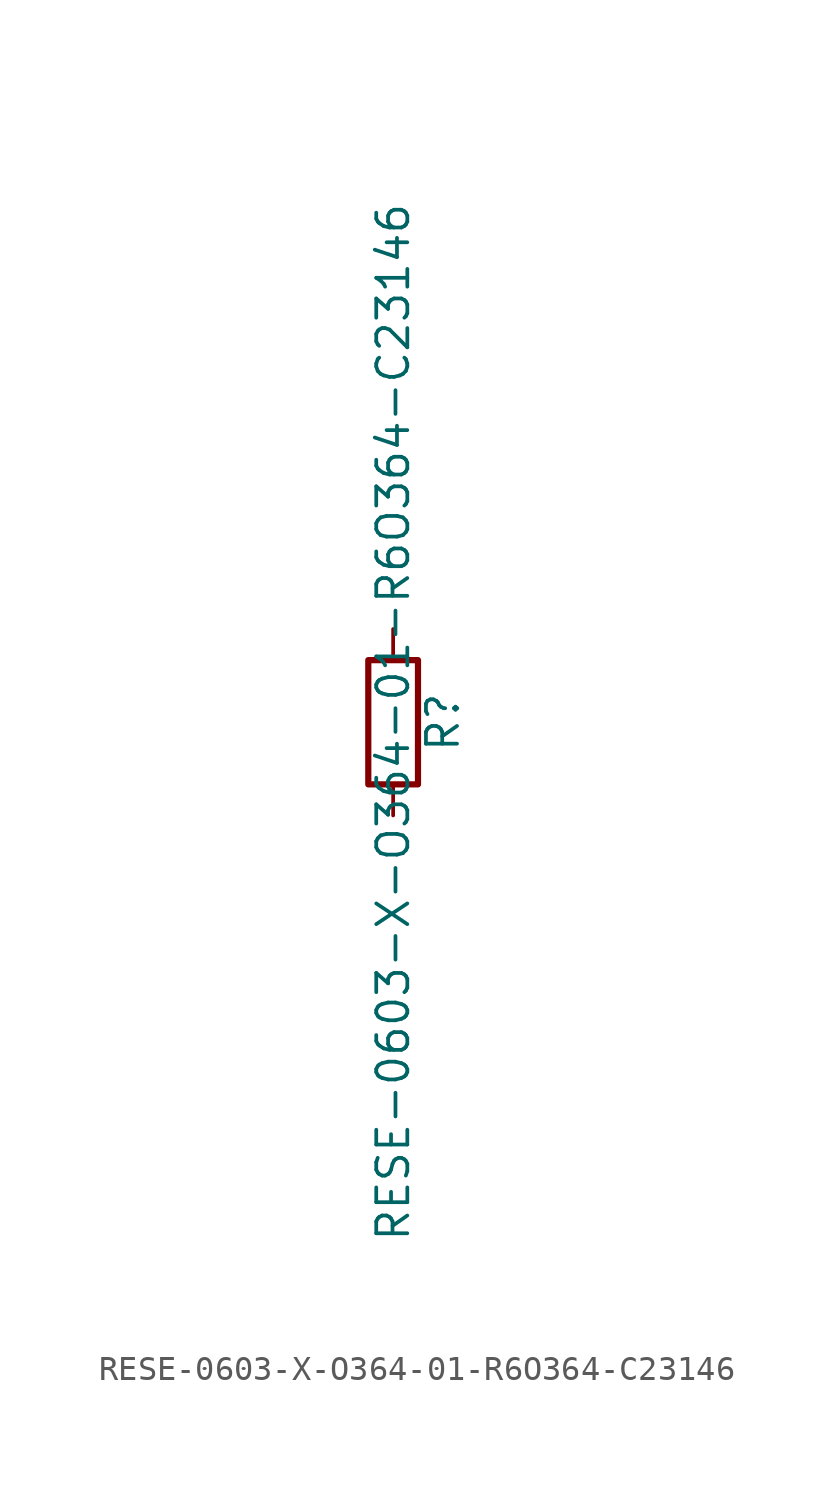
<source format=kicad_sym>
(kicad_symbol_lib
  (version 20211014)
  (generator kicad_symbol_editor)
  (symbol "RESE-0603-X-O364-01-R6O364-C23146"
    (pin_numbers hide)
    (pin_names
      (offset 0))
    (property "Reference" "R"
      (at 2.032 0 90)
      (effects (font (size 1.27 1.27))))
    (property "Value" "RESE-0603-X-O364-01-R6O364-C23146"
      (at 0 0 90)
      (effects (font (size 1.27 1.27))))
    (symbol "RESE-0603-X-O364-01-R6O364-C23146_0_1"
      (rectangle (start -1.016 -2.54) (end 1.016 2.54) (stroke (width 0.254) (type default) (color 0 0 0 0)) (fill (type none))))
    (symbol "RESE-0603-X-O364-01-R6O364-C23146_1_1"
      (pin passive line (at 0 3.81 270) (length 1.27) (name "~" (effects (font (size 1.27 1.27)))) (number "1" (effects (font (size 1.27 1.27)))))
      (pin passive line (at 0 -3.81 90) (length 1.27) (name "~" (effects (font (size 1.27 1.27)))) (number "2" (effects (font (size 1.27 1.27))))))))
</source>
